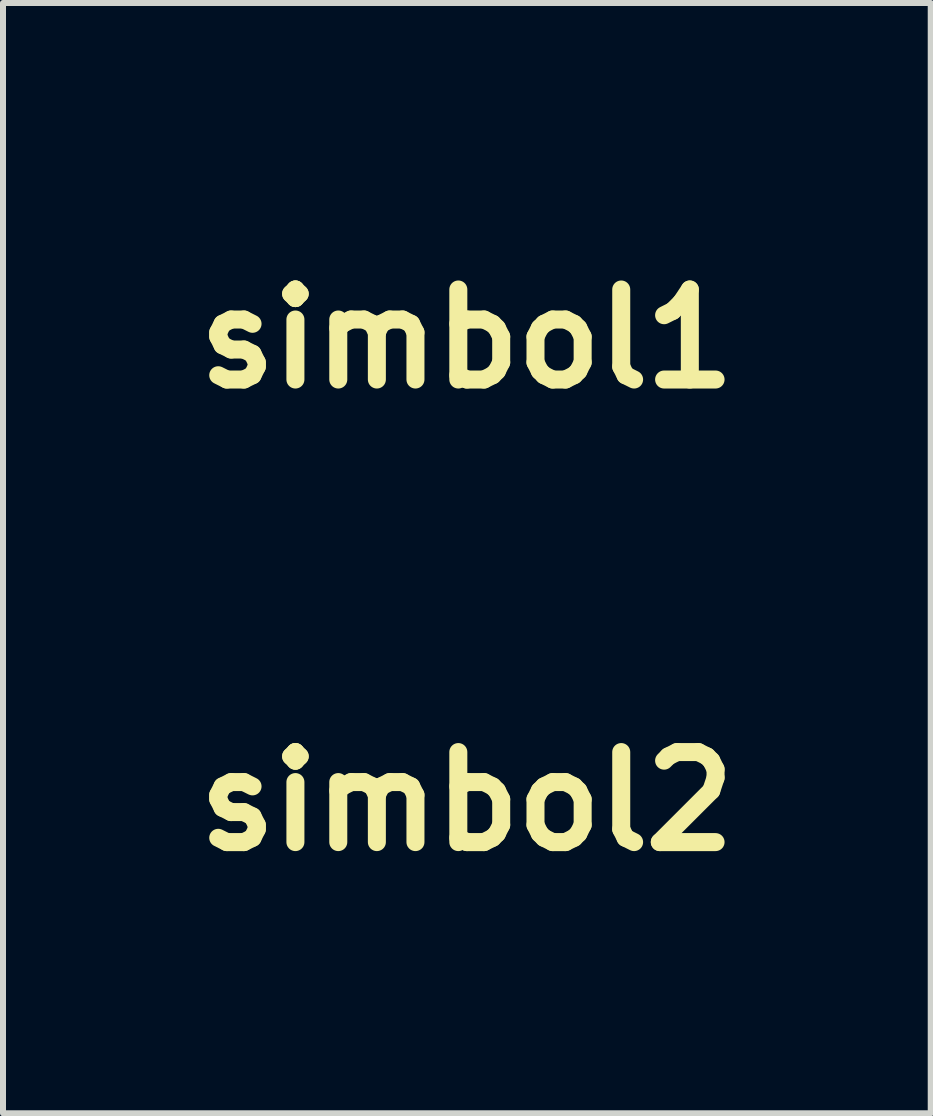
<source format=kicad_pcb>
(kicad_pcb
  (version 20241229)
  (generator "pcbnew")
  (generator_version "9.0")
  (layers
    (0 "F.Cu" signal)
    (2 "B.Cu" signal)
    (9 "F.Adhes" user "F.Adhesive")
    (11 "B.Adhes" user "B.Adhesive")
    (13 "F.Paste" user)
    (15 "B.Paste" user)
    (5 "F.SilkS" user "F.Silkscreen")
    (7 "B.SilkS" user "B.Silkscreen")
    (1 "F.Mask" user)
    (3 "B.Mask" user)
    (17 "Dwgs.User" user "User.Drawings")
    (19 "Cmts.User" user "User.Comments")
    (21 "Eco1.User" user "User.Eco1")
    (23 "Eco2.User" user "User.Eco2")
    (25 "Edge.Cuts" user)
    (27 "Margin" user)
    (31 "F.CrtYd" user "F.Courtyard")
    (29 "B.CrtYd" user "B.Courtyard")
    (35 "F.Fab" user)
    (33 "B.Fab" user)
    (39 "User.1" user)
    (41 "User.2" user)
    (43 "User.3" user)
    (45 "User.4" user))
  (footprint "simbol2"
    (layer "F.Cu")
    (at 4.729 10.302)
    (property "Reference" "simbol2" (at 0 0 0) (layer "F.SilkS") (effects (font (size 1.5 1.5) (thickness 0.3))))
    (attr board_only exclude_from_pos_files exclude_from_bom)
    (fp_poly (pts (xy -0.644 -1.829) (xy -0.644 -1.513) (xy -0.937 -1.492) (xy -1.288 -1.426) (xy -1.609 -1.284) (xy -1.889 -1.073) (xy -2.115 -0.803) (xy -2.224 -0.609) (xy -2.284 -0.464) (xy -2.319 -0.329) (xy -2.335 -0.17) (xy -2.338 0) (xy -2.333 0.203) (xy -2.314 0.355) (xy -2.275 0.49) (xy -2.224 0.609) (xy -2.036 0.913) (xy -1.788 1.161) (xy -1.491 1.346) (xy -1.158 1.46) (xy -0.937 1.492) (xy -0.644 1.513) (xy -0.644 1.829) (xy -0.644 2.145) (xy -0.89 2.142) (xy -1.084 2.128) (xy -1.29 2.096) (xy -1.373 2.077) (xy -1.742 1.947) (xy -2.064 1.761) (xy -2.363 1.505) (xy -2.636 1.175) (xy -2.834 0.815) (xy -2.956 0.434) (xy -3.002 0.042) (xy -2.972 -0.35) (xy -2.866 -0.734) (xy -2.685 -1.1) (xy -2.428 -1.437) (xy -2.363 -1.505) (xy -2.038 -1.773) (xy -1.676 -1.974) (xy -1.289 -2.099) (xy -0.89 -2.145) (xy -0.871 -2.145) (xy -0.644 -2.145)) (stroke (width 0.1) (type solid)) (fill no) (layer "Eco2.User"))
    (fp_poly (pts (xy 3.003 -1.829) (xy 3.003 -1.513) (xy 2.71 -1.492) (xy 2.365 -1.429) (xy 2.049 -1.296) (xy 1.777 -1.102) (xy 1.56 -0.854) (xy 1.493 -0.742) (xy 1.411 -0.59) (xy 1.361 -0.483) (xy 1.352 -0.412) (xy 1.392 -0.37) (xy 1.491 -0.348) (xy 1.656 -0.339) (xy 1.897 -0.335) (xy 1.939 -0.334) (xy 2.553 -0.322) (xy 2.553 0) (xy 2.553 0.322) (xy 1.939 0.334) (xy 1.686 0.338) (xy 1.51 0.346) (xy 1.403 0.366) (xy 1.355 0.404) (xy 1.357 0.471) (xy 1.402 0.572) (xy 1.479 0.717) (xy 1.493 0.742) (xy 1.683 1.009) (xy 1.935 1.226) (xy 2.235 1.384) (xy 2.57 1.476) (xy 2.71 1.492) (xy 3.003 1.513) (xy 3.003 1.829) (xy 3.003 2.145) (xy 2.757 2.142) (xy 2.563 2.128) (xy 2.357 2.096) (xy 2.274 2.077) (xy 1.879 1.93) (xy 1.524 1.715) (xy 1.217 1.441) (xy 0.967 1.117) (xy 0.784 0.752) (xy 0.691 0.438) (xy 0.645 0.015) (xy 0.682 -0.396) (xy 0.8 -0.79) (xy 0.997 -1.158) (xy 1.271 -1.492) (xy 1.283 -1.505) (xy 1.609 -1.774) (xy 1.971 -1.974) (xy 2.359 -2.099) (xy 2.758 -2.145) (xy 2.776 -2.145) (xy 3.003 -2.145)) (stroke (width 0.1) (type solid)) (fill no) (layer "Eco2.User")))
  (footprint "simbol1"
    (layer "F.Cu")
    (at 4.729 2.595)
    (property "Reference" "simbol1" (at 0 0 0) (layer "F.SilkS") (effects (font (size 1.5 1.5) (thickness 0.3))))
    (attr board_only exclude_from_pos_files exclude_from_bom)
    (fp_poly (pts (xy 1.633 0.273) (xy 1.65 0.302) (xy 1.692 0.374) (xy 1.755 0.483) (xy 1.833 0.62) (xy 1.923 0.777) (xy 2.02 0.947) (xy 2.119 1.121) (xy 2.216 1.292) (xy 2.307 1.451) (xy 2.339 1.509) (xy 2.384 1.595) (xy 2.411 1.656) (xy 2.412 1.679) (xy 2.412 1.679) (xy 2.38 1.665) (xy 2.303 1.624) (xy 2.188 1.562) (xy 2.042 1.482) (xy 1.873 1.388) (xy 1.696 1.289) (xy 1.512 1.184) (xy 1.345 1.088) (xy 1.203 1.005) (xy 1.093 0.939) (xy 1.022 0.894) (xy 0.997 0.874) (xy 1.011 0.838) (xy 1.061 0.773) (xy 1.137 0.689) (xy 1.231 0.595) (xy 1.332 0.499) (xy 1.432 0.409) (xy 1.52 0.336) (xy 1.589 0.287) (xy 1.629 0.271)) (stroke (width 0.1) (type solid)) (fill no) (layer "Eco2.User"))
    (fp_poly (pts (xy 0.03 -2.522) (xy 0.073 -2.452) (xy 0.138 -2.342) (xy 0.222 -2.198) (xy 0.322 -2.024) (xy 0.435 -1.828) (xy 0.539 -1.646) (xy 0.681 -1.4) (xy 0.795 -1.2) (xy 0.883 -1.042) (xy 0.946 -0.92) (xy 0.986 -0.829) (xy 1.004 -0.762) (xy 1.002 -0.715) (xy 0.98 -0.682) (xy 0.941 -0.657) (xy 0.886 -0.635) (xy 0.815 -0.611) (xy 0.797 -0.604) (xy 0.678 -0.572) (xy 0.503 -0.544) (xy 0.279 -0.521) (xy 0.21 -0.516) (xy -0.017 -0.496) (xy -0.195 -0.473) (xy -0.332 -0.442) (xy -0.441 -0.4) (xy -0.53 -0.344) (xy -0.609 -0.271) (xy -0.638 -0.239) (xy -0.766 -0.094) (xy -1.01 -0.228) (xy -1.255 -0.362) (xy -0.624 -1.45) (xy -0.489 -1.682) (xy -0.363 -1.898) (xy -0.251 -2.091) (xy -0.154 -2.258) (xy -0.076 -2.391) (xy -0.02 -2.486) (xy 0.01 -2.538) (xy 0.014 -2.545)) (stroke (width 0.1) (type solid)) (fill no) (layer "Eco2.User"))
    (fp_poly (pts (xy -1.486 0.102) (xy -1.42 0.134) (xy -1.331 0.18) (xy -1.234 0.235) (xy -1.142 0.288) (xy -1.072 0.333) (xy -1.035 0.361) (xy -1.034 0.363) (xy -1.039 0.401) (xy -1.069 0.477) (xy -1.117 0.576) (xy -1.136 0.61) (xy -1.201 0.738) (xy -1.235 0.831) (xy -1.242 0.901) (xy -1.24 0.917) (xy -1.218 1.019) (xy -1.186 1.147) (xy -1.147 1.284) (xy -1.107 1.415) (xy -1.071 1.523) (xy -1.042 1.592) (xy -1.037 1.602) (xy -1.004 1.674) (xy -0.978 1.769) (xy -0.975 1.786) (xy -0.943 1.897) (xy -0.893 1.952) (xy -0.822 1.953) (xy -0.778 1.935) (xy -0.707 1.885) (xy -0.661 1.833) (xy -0.636 1.742) (xy -0.633 1.627) (xy -0.653 1.522) (xy -0.666 1.492) (xy -0.682 1.434) (xy -0.696 1.332) (xy -0.705 1.201) (xy -0.709 1.106) (xy -0.711 0.964) (xy -0.709 0.869) (xy -0.701 0.806) (xy -0.683 0.764) (xy -0.653 0.728) (xy -0.63 0.705) (xy -0.544 0.623) (xy -0.228 0.799) (xy -0.105 0.87) (xy -0.005 0.933) (xy 0.064 0.982) (xy 0.09 1.009) (xy 0.09 1.009) (xy 0.067 1.068) (xy 0.007 1.144) (xy -0.077 1.223) (xy -0.155 1.279) (xy -0.261 1.365) (xy -0.337 1.461) (xy -0.38 1.56) (xy -0.389 1.649) (xy -0.362 1.721) (xy -0.298 1.764) (xy -0.239 1.771) (xy -0.168 1.75) (xy -0.072 1.682) (xy 0.004 1.614) (xy 0.086 1.543) (xy 0.188 1.466) (xy 0.299 1.39) (xy 0.406 1.323) (xy 0.495 1.275) (xy 0.555 1.252) (xy 0.568 1.251) (xy 0.596 1.266) (xy 0.669 1.307) (xy 0.782 1.37) (xy 0.926 1.45) (xy 1.095 1.545) (xy 1.283 1.65) (xy 1.482 1.762) (xy 1.686 1.877) (xy 1.887 1.99) (xy 2.08 2.099) (xy 2.258 2.199) (xy 2.412 2.286) (xy 2.538 2.357) (xy 2.627 2.408) (xy 2.672 2.434) (xy 2.65 2.438) (xy 2.571 2.442) (xy 2.438 2.445) (xy 2.255 2.449) (xy 2.025 2.452) (xy 1.751 2.454) (xy 1.437 2.457) (xy 1.085 2.459) (xy 0.699 2.46) (xy 0.282 2.461) (xy -0.084 2.461) (xy -2.884 2.462) (xy -2.849 2.394) (xy -2.825 2.352) (xy -2.776 2.267) (xy -2.706 2.144) (xy -2.617 1.99) (xy -2.514 1.813) (xy -2.401 1.617) (xy -2.281 1.41) (xy -2.159 1.198) (xy -2.036 0.987) (xy -1.919 0.785) (xy -1.809 0.596) (xy -1.712 0.429) (xy -1.63 0.288) (xy -1.567 0.182) (xy -1.528 0.115) (xy -1.515 0.094)) (stroke (width 0.1) (type solid)) (fill no) (layer "Eco2.User")))
  (gr_rect
    (start -3 -3)
    (end 12.457 15.498)
    (stroke (width 0.1) (type default))
    (fill no)
    (layer "Edge.Cuts")))
</source>
